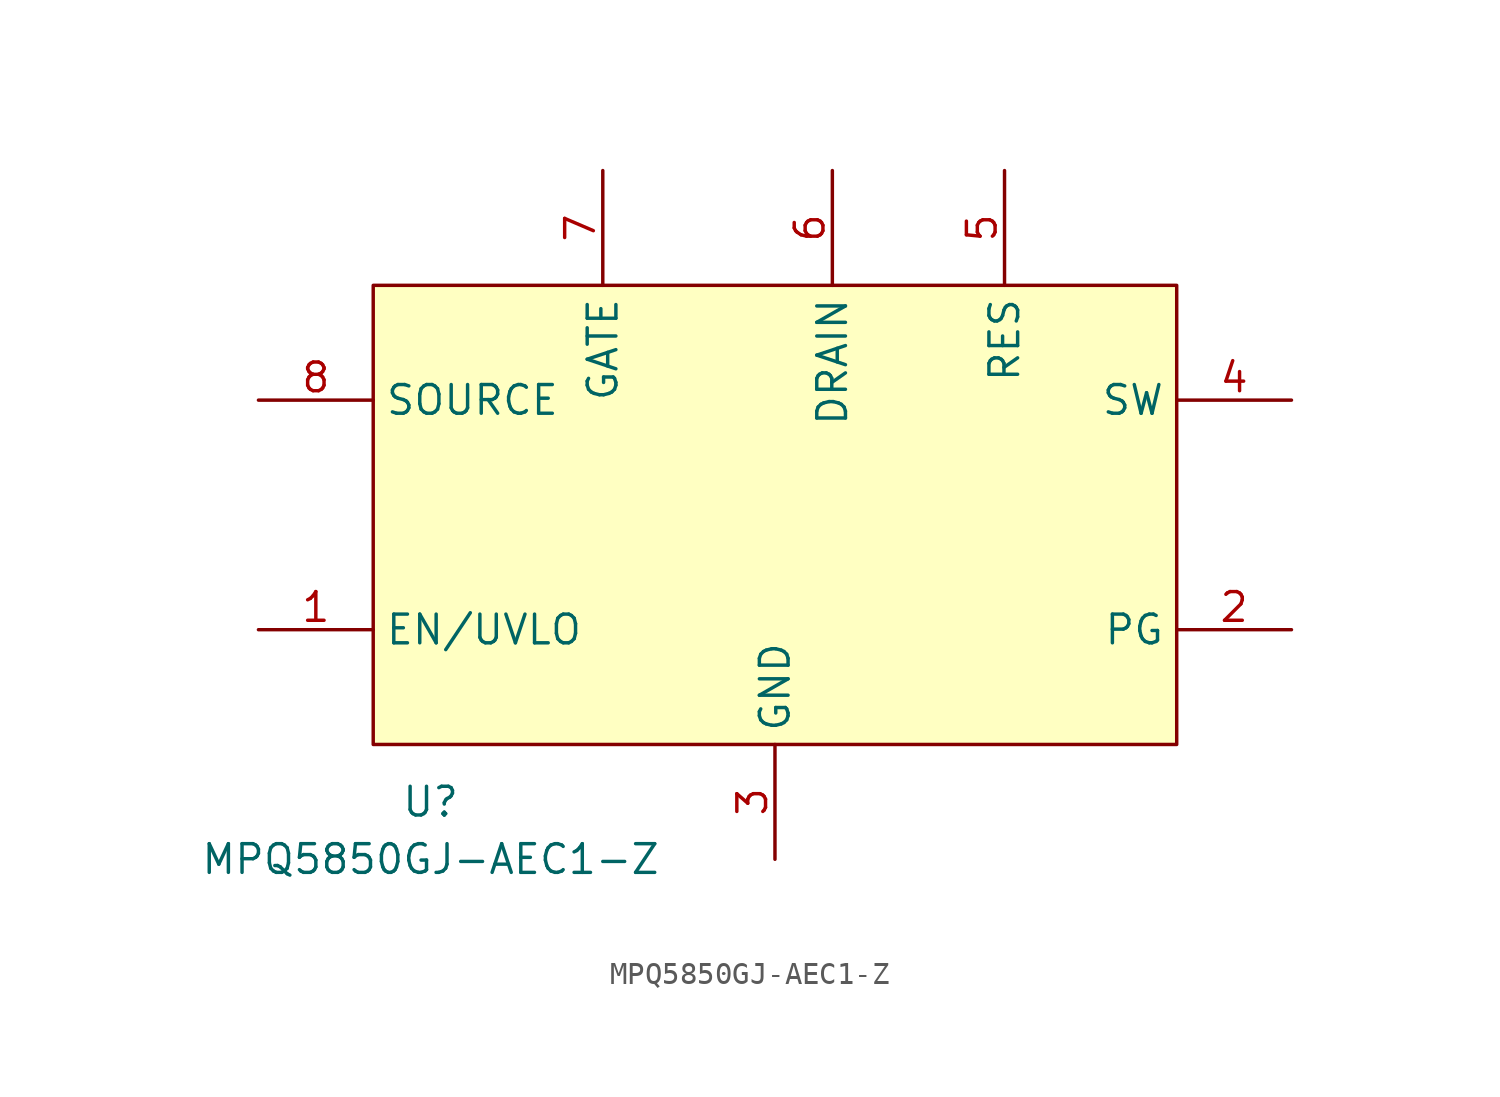
<source format=kicad_sym>
(kicad_symbol_lib
  (version 20241209)
  (generator "kicad_symbol_editor")
  (generator_version "9.0")
  (symbol "MPQ5850GJ-AEC1-Z"
    (property "Reference" "U"
      (at -15.24 -20.32 0)
      (effects (font (size 1.27 1.27))))
    (property "Value" "MPQ5850GJ-AEC1-Z"
      (at -15.24 -22.86 0)
      (effects (font (size 1.27 1.27))))
    (symbol "MPQ5850GJ-AEC1-Z_1_1"
      (rectangle (start -17.78 2.54) (end 17.78 -17.78) (stroke (width 0) (type solid)) (fill (type background)))
      (pin passive line (at -22.86 -2.54 0) (length 5.08) (name "SOURCE" (effects (font (size 1.27 1.27)))) (number "8" (effects (font (size 1.27 1.27)))))
      (pin passive line (at -22.86 -12.7 0) (length 5.08) (name "EN/UVLO" (effects (font (size 1.27 1.27)))) (number "1" (effects (font (size 1.27 1.27)))))
      (pin passive line (at -7.62 7.62 270) (length 5.08) (name "GATE" (effects (font (size 1.27 1.27)))) (number "7" (effects (font (size 1.27 1.27)))))
      (pin passive line (at 0 -22.86 90) (length 5.08) (name "GND" (effects (font (size 1.27 1.27)))) (number "3" (effects (font (size 1.27 1.27)))))
      (pin passive line (at 2.54 7.62 270) (length 5.08) (name "DRAIN" (effects (font (size 1.27 1.27)))) (number "6" (effects (font (size 1.27 1.27)))))
      (pin passive line (at 10.16 7.62 270) (length 5.08) (name "RES" (effects (font (size 1.27 1.27)))) (number "5" (effects (font (size 1.27 1.27)))))
      (pin passive line (at 22.86 -2.54 180) (length 5.08) (name "SW" (effects (font (size 1.27 1.27)))) (number "4" (effects (font (size 1.27 1.27)))))
      (pin passive line (at 22.86 -12.7 180) (length 5.08) (name "PG" (effects (font (size 1.27 1.27)))) (number "2" (effects (font (size 1.27 1.27))))))))
</source>
